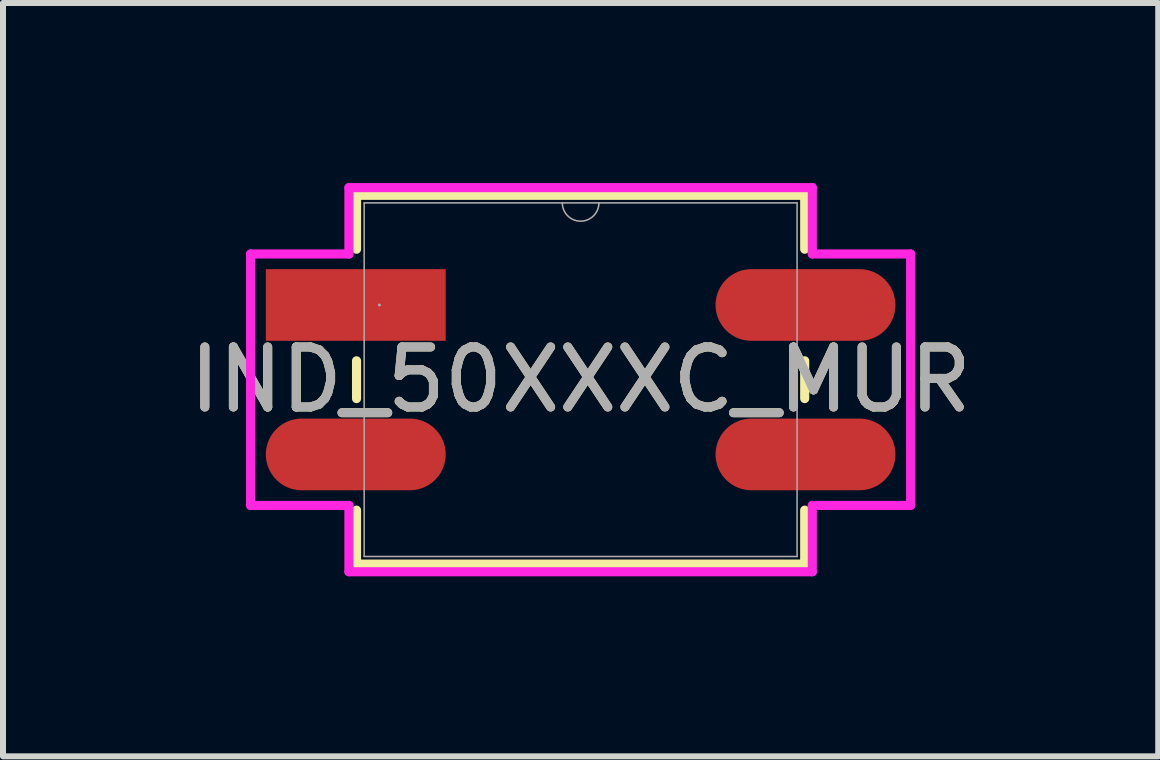
<source format=kicad_pcb>
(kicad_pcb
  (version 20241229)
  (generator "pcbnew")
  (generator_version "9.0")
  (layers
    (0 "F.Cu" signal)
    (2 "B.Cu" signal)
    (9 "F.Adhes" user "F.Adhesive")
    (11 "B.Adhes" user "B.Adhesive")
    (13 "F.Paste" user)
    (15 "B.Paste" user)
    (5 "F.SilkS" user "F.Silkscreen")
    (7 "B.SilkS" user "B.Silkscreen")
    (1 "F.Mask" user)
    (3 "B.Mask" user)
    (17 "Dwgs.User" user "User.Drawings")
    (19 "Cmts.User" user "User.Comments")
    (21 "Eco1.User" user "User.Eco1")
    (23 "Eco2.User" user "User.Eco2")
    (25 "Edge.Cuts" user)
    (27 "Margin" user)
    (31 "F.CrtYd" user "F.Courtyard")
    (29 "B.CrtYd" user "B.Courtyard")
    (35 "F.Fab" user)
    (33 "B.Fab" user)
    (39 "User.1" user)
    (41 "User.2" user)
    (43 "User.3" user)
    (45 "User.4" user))
  (footprint "IND_50XXXC_MUR"
    (layer "F.Cu")
    (at 6.625 3.277)
    (property "Reference" "IND_50XXXC_MUR" (at 0 0 0) (unlocked yes) (layer "F.SilkS") (effects (font (size 1 1) (thickness 0.15))))
    (attr smd)
    (fp_line (start -3.734 -3.073) (end -3.734 -2.174) (stroke (width 0.152) (type solid)) (layer "F.SilkS"))
    (fp_line (start -3.734 -0.315) (end -3.734 0.315) (stroke (width 0.152) (type solid)) (layer "F.SilkS"))
    (fp_line (start -3.734 2.174) (end -3.734 3.073) (stroke (width 0.152) (type solid)) (layer "F.SilkS"))
    (fp_line (start -3.734 3.073) (end 3.734 3.073) (stroke (width 0.152) (type solid)) (layer "F.SilkS"))
    (fp_line (start 3.734 -3.073) (end -3.734 -3.073) (stroke (width 0.152) (type solid)) (layer "F.SilkS"))
    (fp_line (start 3.734 -2.174) (end 3.734 -3.073) (stroke (width 0.152) (type solid)) (layer "F.SilkS"))
    (fp_line (start 3.734 0.315) (end 3.734 -0.315) (stroke (width 0.152) (type solid)) (layer "F.SilkS"))
    (fp_line (start 3.734 3.073) (end 3.734 2.174) (stroke (width 0.152) (type solid)) (layer "F.SilkS"))
    (fp_line (start -5.499 -2.095) (end -3.861 -2.095) (stroke (width 0.152) (type solid)) (layer "F.CrtYd"))
    (fp_line (start -5.499 2.095) (end -5.499 -2.095) (stroke (width 0.152) (type solid)) (layer "F.CrtYd"))
    (fp_line (start -5.499 2.095) (end -3.861 2.095) (stroke (width 0.152) (type solid)) (layer "F.CrtYd"))
    (fp_line (start -3.861 -3.2) (end 3.861 -3.2) (stroke (width 0.152) (type solid)) (layer "F.CrtYd"))
    (fp_line (start -3.861 -2.095) (end -3.861 -3.2) (stroke (width 0.152) (type solid)) (layer "F.CrtYd"))
    (fp_line (start -3.861 3.2) (end -3.861 2.095) (stroke (width 0.152) (type solid)) (layer "F.CrtYd"))
    (fp_line (start 3.861 -3.2) (end 3.861 -2.095) (stroke (width 0.152) (type solid)) (layer "F.CrtYd"))
    (fp_line (start 3.861 2.095) (end 3.861 3.2) (stroke (width 0.152) (type solid)) (layer "F.CrtYd"))
    (fp_line (start 3.861 3.2) (end -3.861 3.2) (stroke (width 0.152) (type solid)) (layer "F.CrtYd"))
    (fp_line (start 5.499 -2.095) (end 3.861 -2.095) (stroke (width 0.152) (type solid)) (layer "F.CrtYd"))
    (fp_line (start 5.499 -2.095) (end 5.499 2.095) (stroke (width 0.152) (type solid)) (layer "F.CrtYd"))
    (fp_line (start 5.499 2.095) (end 3.861 2.095) (stroke (width 0.152) (type solid)) (layer "F.CrtYd"))
    (fp_line (start -3.607 -2.946) (end -3.607 2.946) (stroke (width 0.025) (type solid)) (layer "F.Fab"))
    (fp_line (start -3.607 2.946) (end 3.607 2.946) (stroke (width 0.025) (type solid)) (layer "F.Fab"))
    (fp_line (start 3.607 -2.946) (end -3.607 -2.946) (stroke (width 0.025) (type solid)) (layer "F.Fab"))
    (fp_line (start 3.607 2.946) (end 3.607 -2.946) (stroke (width 0.025) (type solid)) (layer "F.Fab"))
    (fp_arc (start 0.3048 -2.9464) (mid 0 -2.6416) (end -0.3048 -2.9464) (stroke (width 0.0254) (type solid)) (layer "F.Fab"))
    (fp_circle (center -3.353 -1.245) (end -3.353 -1.245) (stroke (width 0.025) (type solid)) (fill no) (layer "F.Fab"))
    (fp_text user "${REFERENCE}" (at 0 0 0) (unlocked yes) (layer "F.Fab") (effects (font (size 1 1) (thickness 0.15))))
    (pad "1" smd rect (at -3.747 -1.245) (size 2.997 1.194) (layers "F.Cu" "F.Mask" "F.Paste"))
    (pad "2" smd oval (at -3.747 1.245) (size 2.997 1.194) (layers "F.Cu" "F.Mask" "F.Paste"))
    (pad "3" smd oval (at 3.747 1.245) (size 2.997 1.194) (layers "F.Cu" "F.Mask" "F.Paste"))
    (pad "4" smd oval (at 3.747 -1.245) (size 2.997 1.194) (layers "F.Cu" "F.Mask" "F.Paste")))
  (gr_rect
    (start -3 -3)
    (end 16.25 9.553)
    (stroke (width 0.1) (type default))
    (fill no)
    (layer "Edge.Cuts")))
</source>
